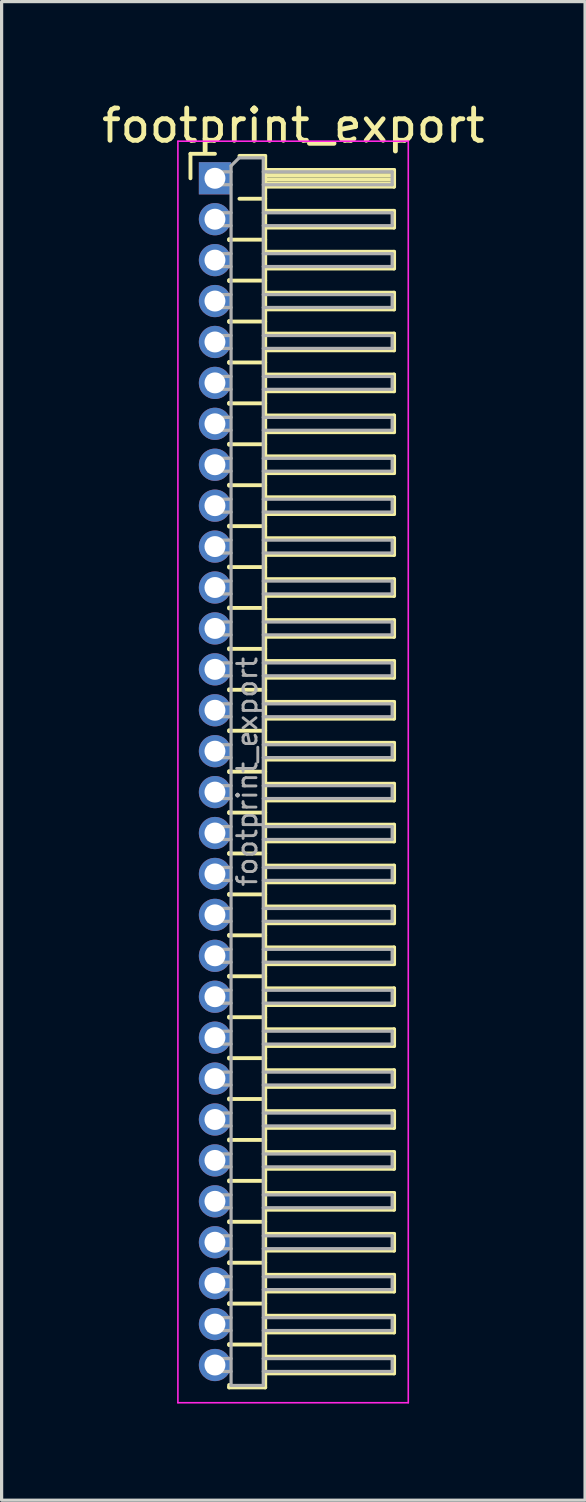
<source format=kicad_pcb>
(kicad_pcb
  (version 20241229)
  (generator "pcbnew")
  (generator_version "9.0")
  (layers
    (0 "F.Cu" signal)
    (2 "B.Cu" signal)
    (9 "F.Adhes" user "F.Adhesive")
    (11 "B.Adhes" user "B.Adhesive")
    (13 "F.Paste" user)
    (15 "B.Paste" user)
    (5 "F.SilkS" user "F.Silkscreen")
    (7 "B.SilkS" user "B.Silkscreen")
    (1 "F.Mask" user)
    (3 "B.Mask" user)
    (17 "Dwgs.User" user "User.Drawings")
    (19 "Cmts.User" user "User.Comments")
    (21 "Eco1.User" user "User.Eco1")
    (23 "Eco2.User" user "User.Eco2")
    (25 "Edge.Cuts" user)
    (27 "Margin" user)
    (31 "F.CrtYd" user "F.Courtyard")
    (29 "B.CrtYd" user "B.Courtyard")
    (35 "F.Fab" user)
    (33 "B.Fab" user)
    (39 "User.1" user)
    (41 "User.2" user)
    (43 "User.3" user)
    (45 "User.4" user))
  (footprint "footprint_export"
    (layer "F.Cu")
    (at 3.621 2.483)
    (property "Reference" "footprint_export" (at 2.433 -1.635 0) (layer "F.SilkS") (effects (font (size 1 1) (thickness 0.15))))
    (attr through_hole)
    (fp_line (start -0.76 -0.76) (end 0 -0.76) (stroke (width 0.12) (type solid)) (layer "F.SilkS"))
    (fp_line (start -0.76 0) (end -0.76 -0.76) (stroke (width 0.12) (type solid)) (layer "F.SilkS"))
    (fp_line (start 0.44 1.89) (end 0.44 1.92) (stroke (width 0.12) (type solid)) (layer "F.SilkS"))
    (fp_line (start 0.44 1.905) (end 1.56 1.905) (stroke (width 0.12) (type solid)) (layer "F.SilkS"))
    (fp_line (start 0.44 3.16) (end 0.44 3.19) (stroke (width 0.12) (type solid)) (layer "F.SilkS"))
    (fp_line (start 0.44 3.175) (end 1.56 3.175) (stroke (width 0.12) (type solid)) (layer "F.SilkS"))
    (fp_line (start 0.44 4.43) (end 0.44 4.46) (stroke (width 0.12) (type solid)) (layer "F.SilkS"))
    (fp_line (start 0.44 4.445) (end 1.56 4.445) (stroke (width 0.12) (type solid)) (layer "F.SilkS"))
    (fp_line (start 0.44 5.7) (end 0.44 5.73) (stroke (width 0.12) (type solid)) (layer "F.SilkS"))
    (fp_line (start 0.44 5.715) (end 1.56 5.715) (stroke (width 0.12) (type solid)) (layer "F.SilkS"))
    (fp_line (start 0.44 6.97) (end 0.44 7) (stroke (width 0.12) (type solid)) (layer "F.SilkS"))
    (fp_line (start 0.44 6.985) (end 1.56 6.985) (stroke (width 0.12) (type solid)) (layer "F.SilkS"))
    (fp_line (start 0.44 8.24) (end 0.44 8.27) (stroke (width 0.12) (type solid)) (layer "F.SilkS"))
    (fp_line (start 0.44 8.255) (end 1.56 8.255) (stroke (width 0.12) (type solid)) (layer "F.SilkS"))
    (fp_line (start 0.44 9.51) (end 0.44 9.54) (stroke (width 0.12) (type solid)) (layer "F.SilkS"))
    (fp_line (start 0.44 9.525) (end 1.56 9.525) (stroke (width 0.12) (type solid)) (layer "F.SilkS"))
    (fp_line (start 0.44 10.78) (end 0.44 10.81) (stroke (width 0.12) (type solid)) (layer "F.SilkS"))
    (fp_line (start 0.44 10.795) (end 1.56 10.795) (stroke (width 0.12) (type solid)) (layer "F.SilkS"))
    (fp_line (start 0.44 12.05) (end 0.44 12.08) (stroke (width 0.12) (type solid)) (layer "F.SilkS"))
    (fp_line (start 0.44 12.065) (end 1.56 12.065) (stroke (width 0.12) (type solid)) (layer "F.SilkS"))
    (fp_line (start 0.44 13.32) (end 0.44 13.35) (stroke (width 0.12) (type solid)) (layer "F.SilkS"))
    (fp_line (start 0.44 13.335) (end 1.56 13.335) (stroke (width 0.12) (type solid)) (layer "F.SilkS"))
    (fp_line (start 0.44 14.59) (end 0.44 14.62) (stroke (width 0.12) (type solid)) (layer "F.SilkS"))
    (fp_line (start 0.44 14.605) (end 1.56 14.605) (stroke (width 0.12) (type solid)) (layer "F.SilkS"))
    (fp_line (start 0.44 15.86) (end 0.44 15.89) (stroke (width 0.12) (type solid)) (layer "F.SilkS"))
    (fp_line (start 0.44 15.875) (end 1.56 15.875) (stroke (width 0.12) (type solid)) (layer "F.SilkS"))
    (fp_line (start 0.44 17.13) (end 0.44 17.16) (stroke (width 0.12) (type solid)) (layer "F.SilkS"))
    (fp_line (start 0.44 17.145) (end 1.56 17.145) (stroke (width 0.12) (type solid)) (layer "F.SilkS"))
    (fp_line (start 0.44 18.4) (end 0.44 18.43) (stroke (width 0.12) (type solid)) (layer "F.SilkS"))
    (fp_line (start 0.44 18.415) (end 1.56 18.415) (stroke (width 0.12) (type solid)) (layer "F.SilkS"))
    (fp_line (start 0.44 19.67) (end 0.44 19.7) (stroke (width 0.12) (type solid)) (layer "F.SilkS"))
    (fp_line (start 0.44 19.685) (end 1.56 19.685) (stroke (width 0.12) (type solid)) (layer "F.SilkS"))
    (fp_line (start 0.44 20.94) (end 0.44 20.97) (stroke (width 0.12) (type solid)) (layer "F.SilkS"))
    (fp_line (start 0.44 20.955) (end 1.56 20.955) (stroke (width 0.12) (type solid)) (layer "F.SilkS"))
    (fp_line (start 0.44 22.21) (end 0.44 22.24) (stroke (width 0.12) (type solid)) (layer "F.SilkS"))
    (fp_line (start 0.44 22.225) (end 1.56 22.225) (stroke (width 0.12) (type solid)) (layer "F.SilkS"))
    (fp_line (start 0.44 23.48) (end 0.44 23.51) (stroke (width 0.12) (type solid)) (layer "F.SilkS"))
    (fp_line (start 0.44 23.495) (end 1.56 23.495) (stroke (width 0.12) (type solid)) (layer "F.SilkS"))
    (fp_line (start 0.44 24.75) (end 0.44 24.78) (stroke (width 0.12) (type solid)) (layer "F.SilkS"))
    (fp_line (start 0.44 24.765) (end 1.56 24.765) (stroke (width 0.12) (type solid)) (layer "F.SilkS"))
    (fp_line (start 0.44 26.02) (end 0.44 26.05) (stroke (width 0.12) (type solid)) (layer "F.SilkS"))
    (fp_line (start 0.44 26.035) (end 1.56 26.035) (stroke (width 0.12) (type solid)) (layer "F.SilkS"))
    (fp_line (start 0.44 27.29) (end 0.44 27.32) (stroke (width 0.12) (type solid)) (layer "F.SilkS"))
    (fp_line (start 0.44 27.305) (end 1.56 27.305) (stroke (width 0.12) (type solid)) (layer "F.SilkS"))
    (fp_line (start 0.44 28.56) (end 0.44 28.59) (stroke (width 0.12) (type solid)) (layer "F.SilkS"))
    (fp_line (start 0.44 28.575) (end 1.56 28.575) (stroke (width 0.12) (type solid)) (layer "F.SilkS"))
    (fp_line (start 0.44 29.83) (end 0.44 29.86) (stroke (width 0.12) (type solid)) (layer "F.SilkS"))
    (fp_line (start 0.44 29.845) (end 1.56 29.845) (stroke (width 0.12) (type solid)) (layer "F.SilkS"))
    (fp_line (start 0.44 31.1) (end 0.44 31.13) (stroke (width 0.12) (type solid)) (layer "F.SilkS"))
    (fp_line (start 0.44 31.115) (end 1.56 31.115) (stroke (width 0.12) (type solid)) (layer "F.SilkS"))
    (fp_line (start 0.44 32.37) (end 0.44 32.4) (stroke (width 0.12) (type solid)) (layer "F.SilkS"))
    (fp_line (start 0.44 32.385) (end 1.56 32.385) (stroke (width 0.12) (type solid)) (layer "F.SilkS"))
    (fp_line (start 0.44 33.64) (end 0.44 33.67) (stroke (width 0.12) (type solid)) (layer "F.SilkS"))
    (fp_line (start 0.44 33.655) (end 1.56 33.655) (stroke (width 0.12) (type solid)) (layer "F.SilkS"))
    (fp_line (start 0.44 34.91) (end 0.44 34.94) (stroke (width 0.12) (type solid)) (layer "F.SilkS"))
    (fp_line (start 0.44 34.925) (end 1.56 34.925) (stroke (width 0.12) (type solid)) (layer "F.SilkS"))
    (fp_line (start 0.44 36.18) (end 0.44 36.21) (stroke (width 0.12) (type solid)) (layer "F.SilkS"))
    (fp_line (start 0.44 36.195) (end 1.56 36.195) (stroke (width 0.12) (type solid)) (layer "F.SilkS"))
    (fp_line (start 0.44 37.525) (end 0.44 37.45) (stroke (width 0.12) (type solid)) (layer "F.SilkS"))
    (fp_line (start 0.76 -0.695) (end 1.56 -0.695) (stroke (width 0.12) (type solid)) (layer "F.SilkS"))
    (fp_line (start 0.76 0.635) (end 1.56 0.635) (stroke (width 0.12) (type solid)) (layer "F.SilkS"))
    (fp_line (start 1.56 -0.695) (end 1.56 37.525) (stroke (width 0.12) (type solid)) (layer "F.SilkS"))
    (fp_line (start 1.56 -0.26) (end 5.56 -0.26) (stroke (width 0.12) (type solid)) (layer "F.SilkS"))
    (fp_line (start 1.56 -0.2) (end 5.56 -0.2) (stroke (width 0.12) (type solid)) (layer "F.SilkS"))
    (fp_line (start 1.56 -0.08) (end 5.56 -0.08) (stroke (width 0.12) (type solid)) (layer "F.SilkS"))
    (fp_line (start 1.56 0.04) (end 5.56 0.04) (stroke (width 0.12) (type solid)) (layer "F.SilkS"))
    (fp_line (start 1.56 0.16) (end 5.56 0.16) (stroke (width 0.12) (type solid)) (layer "F.SilkS"))
    (fp_line (start 1.56 1.01) (end 5.56 1.01) (stroke (width 0.12) (type solid)) (layer "F.SilkS"))
    (fp_line (start 1.56 2.28) (end 5.56 2.28) (stroke (width 0.12) (type solid)) (layer "F.SilkS"))
    (fp_line (start 1.56 3.55) (end 5.56 3.55) (stroke (width 0.12) (type solid)) (layer "F.SilkS"))
    (fp_line (start 1.56 4.82) (end 5.56 4.82) (stroke (width 0.12) (type solid)) (layer "F.SilkS"))
    (fp_line (start 1.56 6.09) (end 5.56 6.09) (stroke (width 0.12) (type solid)) (layer "F.SilkS"))
    (fp_line (start 1.56 7.36) (end 5.56 7.36) (stroke (width 0.12) (type solid)) (layer "F.SilkS"))
    (fp_line (start 1.56 8.63) (end 5.56 8.63) (stroke (width 0.12) (type solid)) (layer "F.SilkS"))
    (fp_line (start 1.56 9.9) (end 5.56 9.9) (stroke (width 0.12) (type solid)) (layer "F.SilkS"))
    (fp_line (start 1.56 11.17) (end 5.56 11.17) (stroke (width 0.12) (type solid)) (layer "F.SilkS"))
    (fp_line (start 1.56 12.44) (end 5.56 12.44) (stroke (width 0.12) (type solid)) (layer "F.SilkS"))
    (fp_line (start 1.56 13.71) (end 5.56 13.71) (stroke (width 0.12) (type solid)) (layer "F.SilkS"))
    (fp_line (start 1.56 14.98) (end 5.56 14.98) (stroke (width 0.12) (type solid)) (layer "F.SilkS"))
    (fp_line (start 1.56 16.25) (end 5.56 16.25) (stroke (width 0.12) (type solid)) (layer "F.SilkS"))
    (fp_line (start 1.56 17.52) (end 5.56 17.52) (stroke (width 0.12) (type solid)) (layer "F.SilkS"))
    (fp_line (start 1.56 18.79) (end 5.56 18.79) (stroke (width 0.12) (type solid)) (layer "F.SilkS"))
    (fp_line (start 1.56 20.06) (end 5.56 20.06) (stroke (width 0.12) (type solid)) (layer "F.SilkS"))
    (fp_line (start 1.56 21.33) (end 5.56 21.33) (stroke (width 0.12) (type solid)) (layer "F.SilkS"))
    (fp_line (start 1.56 22.6) (end 5.56 22.6) (stroke (width 0.12) (type solid)) (layer "F.SilkS"))
    (fp_line (start 1.56 23.87) (end 5.56 23.87) (stroke (width 0.12) (type solid)) (layer "F.SilkS"))
    (fp_line (start 1.56 25.14) (end 5.56 25.14) (stroke (width 0.12) (type solid)) (layer "F.SilkS"))
    (fp_line (start 1.56 26.41) (end 5.56 26.41) (stroke (width 0.12) (type solid)) (layer "F.SilkS"))
    (fp_line (start 1.56 27.68) (end 5.56 27.68) (stroke (width 0.12) (type solid)) (layer "F.SilkS"))
    (fp_line (start 1.56 28.95) (end 5.56 28.95) (stroke (width 0.12) (type solid)) (layer "F.SilkS"))
    (fp_line (start 1.56 30.22) (end 5.56 30.22) (stroke (width 0.12) (type solid)) (layer "F.SilkS"))
    (fp_line (start 1.56 31.49) (end 5.56 31.49) (stroke (width 0.12) (type solid)) (layer "F.SilkS"))
    (fp_line (start 1.56 32.76) (end 5.56 32.76) (stroke (width 0.12) (type solid)) (layer "F.SilkS"))
    (fp_line (start 1.56 34.03) (end 5.56 34.03) (stroke (width 0.12) (type solid)) (layer "F.SilkS"))
    (fp_line (start 1.56 35.3) (end 5.56 35.3) (stroke (width 0.12) (type solid)) (layer "F.SilkS"))
    (fp_line (start 1.56 36.57) (end 5.56 36.57) (stroke (width 0.12) (type solid)) (layer "F.SilkS"))
    (fp_line (start 1.56 37.525) (end 0.44 37.525) (stroke (width 0.12) (type solid)) (layer "F.SilkS"))
    (fp_line (start 5.56 -0.26) (end 5.56 0.26) (stroke (width 0.12) (type solid)) (layer "F.SilkS"))
    (fp_line (start 5.56 0.26) (end 1.56 0.26) (stroke (width 0.12) (type solid)) (layer "F.SilkS"))
    (fp_line (start 5.56 1.01) (end 5.56 1.53) (stroke (width 0.12) (type solid)) (layer "F.SilkS"))
    (fp_line (start 5.56 1.53) (end 1.56 1.53) (stroke (width 0.12) (type solid)) (layer "F.SilkS"))
    (fp_line (start 5.56 2.28) (end 5.56 2.8) (stroke (width 0.12) (type solid)) (layer "F.SilkS"))
    (fp_line (start 5.56 2.8) (end 1.56 2.8) (stroke (width 0.12) (type solid)) (layer "F.SilkS"))
    (fp_line (start 5.56 3.55) (end 5.56 4.07) (stroke (width 0.12) (type solid)) (layer "F.SilkS"))
    (fp_line (start 5.56 4.07) (end 1.56 4.07) (stroke (width 0.12) (type solid)) (layer "F.SilkS"))
    (fp_line (start 5.56 4.82) (end 5.56 5.34) (stroke (width 0.12) (type solid)) (layer "F.SilkS"))
    (fp_line (start 5.56 5.34) (end 1.56 5.34) (stroke (width 0.12) (type solid)) (layer "F.SilkS"))
    (fp_line (start 5.56 6.09) (end 5.56 6.61) (stroke (width 0.12) (type solid)) (layer "F.SilkS"))
    (fp_line (start 5.56 6.61) (end 1.56 6.61) (stroke (width 0.12) (type solid)) (layer "F.SilkS"))
    (fp_line (start 5.56 7.36) (end 5.56 7.88) (stroke (width 0.12) (type solid)) (layer "F.SilkS"))
    (fp_line (start 5.56 7.88) (end 1.56 7.88) (stroke (width 0.12) (type solid)) (layer "F.SilkS"))
    (fp_line (start 5.56 8.63) (end 5.56 9.15) (stroke (width 0.12) (type solid)) (layer "F.SilkS"))
    (fp_line (start 5.56 9.15) (end 1.56 9.15) (stroke (width 0.12) (type solid)) (layer "F.SilkS"))
    (fp_line (start 5.56 9.9) (end 5.56 10.42) (stroke (width 0.12) (type solid)) (layer "F.SilkS"))
    (fp_line (start 5.56 10.42) (end 1.56 10.42) (stroke (width 0.12) (type solid)) (layer "F.SilkS"))
    (fp_line (start 5.56 11.17) (end 5.56 11.69) (stroke (width 0.12) (type solid)) (layer "F.SilkS"))
    (fp_line (start 5.56 11.69) (end 1.56 11.69) (stroke (width 0.12) (type solid)) (layer "F.SilkS"))
    (fp_line (start 5.56 12.44) (end 5.56 12.96) (stroke (width 0.12) (type solid)) (layer "F.SilkS"))
    (fp_line (start 5.56 12.96) (end 1.56 12.96) (stroke (width 0.12) (type solid)) (layer "F.SilkS"))
    (fp_line (start 5.56 13.71) (end 5.56 14.23) (stroke (width 0.12) (type solid)) (layer "F.SilkS"))
    (fp_line (start 5.56 14.23) (end 1.56 14.23) (stroke (width 0.12) (type solid)) (layer "F.SilkS"))
    (fp_line (start 5.56 14.98) (end 5.56 15.5) (stroke (width 0.12) (type solid)) (layer "F.SilkS"))
    (fp_line (start 5.56 15.5) (end 1.56 15.5) (stroke (width 0.12) (type solid)) (layer "F.SilkS"))
    (fp_line (start 5.56 16.25) (end 5.56 16.77) (stroke (width 0.12) (type solid)) (layer "F.SilkS"))
    (fp_line (start 5.56 16.77) (end 1.56 16.77) (stroke (width 0.12) (type solid)) (layer "F.SilkS"))
    (fp_line (start 5.56 17.52) (end 5.56 18.04) (stroke (width 0.12) (type solid)) (layer "F.SilkS"))
    (fp_line (start 5.56 18.04) (end 1.56 18.04) (stroke (width 0.12) (type solid)) (layer "F.SilkS"))
    (fp_line (start 5.56 18.79) (end 5.56 19.31) (stroke (width 0.12) (type solid)) (layer "F.SilkS"))
    (fp_line (start 5.56 19.31) (end 1.56 19.31) (stroke (width 0.12) (type solid)) (layer "F.SilkS"))
    (fp_line (start 5.56 20.06) (end 5.56 20.58) (stroke (width 0.12) (type solid)) (layer "F.SilkS"))
    (fp_line (start 5.56 20.58) (end 1.56 20.58) (stroke (width 0.12) (type solid)) (layer "F.SilkS"))
    (fp_line (start 5.56 21.33) (end 5.56 21.85) (stroke (width 0.12) (type solid)) (layer "F.SilkS"))
    (fp_line (start 5.56 21.85) (end 1.56 21.85) (stroke (width 0.12) (type solid)) (layer "F.SilkS"))
    (fp_line (start 5.56 22.6) (end 5.56 23.12) (stroke (width 0.12) (type solid)) (layer "F.SilkS"))
    (fp_line (start 5.56 23.12) (end 1.56 23.12) (stroke (width 0.12) (type solid)) (layer "F.SilkS"))
    (fp_line (start 5.56 23.87) (end 5.56 24.39) (stroke (width 0.12) (type solid)) (layer "F.SilkS"))
    (fp_line (start 5.56 24.39) (end 1.56 24.39) (stroke (width 0.12) (type solid)) (layer "F.SilkS"))
    (fp_line (start 5.56 25.14) (end 5.56 25.66) (stroke (width 0.12) (type solid)) (layer "F.SilkS"))
    (fp_line (start 5.56 25.66) (end 1.56 25.66) (stroke (width 0.12) (type solid)) (layer "F.SilkS"))
    (fp_line (start 5.56 26.41) (end 5.56 26.93) (stroke (width 0.12) (type solid)) (layer "F.SilkS"))
    (fp_line (start 5.56 26.93) (end 1.56 26.93) (stroke (width 0.12) (type solid)) (layer "F.SilkS"))
    (fp_line (start 5.56 27.68) (end 5.56 28.2) (stroke (width 0.12) (type solid)) (layer "F.SilkS"))
    (fp_line (start 5.56 28.2) (end 1.56 28.2) (stroke (width 0.12) (type solid)) (layer "F.SilkS"))
    (fp_line (start 5.56 28.95) (end 5.56 29.47) (stroke (width 0.12) (type solid)) (layer "F.SilkS"))
    (fp_line (start 5.56 29.47) (end 1.56 29.47) (stroke (width 0.12) (type solid)) (layer "F.SilkS"))
    (fp_line (start 5.56 30.22) (end 5.56 30.74) (stroke (width 0.12) (type solid)) (layer "F.SilkS"))
    (fp_line (start 5.56 30.74) (end 1.56 30.74) (stroke (width 0.12) (type solid)) (layer "F.SilkS"))
    (fp_line (start 5.56 31.49) (end 5.56 32.01) (stroke (width 0.12) (type solid)) (layer "F.SilkS"))
    (fp_line (start 5.56 32.01) (end 1.56 32.01) (stroke (width 0.12) (type solid)) (layer "F.SilkS"))
    (fp_line (start 5.56 32.76) (end 5.56 33.28) (stroke (width 0.12) (type solid)) (layer "F.SilkS"))
    (fp_line (start 5.56 33.28) (end 1.56 33.28) (stroke (width 0.12) (type solid)) (layer "F.SilkS"))
    (fp_line (start 5.56 34.03) (end 5.56 34.55) (stroke (width 0.12) (type solid)) (layer "F.SilkS"))
    (fp_line (start 5.56 34.55) (end 1.56 34.55) (stroke (width 0.12) (type solid)) (layer "F.SilkS"))
    (fp_line (start 5.56 35.3) (end 5.56 35.82) (stroke (width 0.12) (type solid)) (layer "F.SilkS"))
    (fp_line (start 5.56 35.82) (end 1.56 35.82) (stroke (width 0.12) (type solid)) (layer "F.SilkS"))
    (fp_line (start 5.56 36.57) (end 5.56 37.09) (stroke (width 0.12) (type solid)) (layer "F.SilkS"))
    (fp_line (start 5.56 37.09) (end 1.56 37.09) (stroke (width 0.12) (type solid)) (layer "F.SilkS"))
    (fp_line (start -1.15 -1.15) (end -1.15 38) (stroke (width 0.05) (type solid)) (layer "F.CrtYd"))
    (fp_line (start -1.15 38) (end 6 38) (stroke (width 0.05) (type solid)) (layer "F.CrtYd"))
    (fp_line (start 6 -1.15) (end -1.15 -1.15) (stroke (width 0.05) (type solid)) (layer "F.CrtYd"))
    (fp_line (start 6 38) (end 6 -1.15) (stroke (width 0.05) (type solid)) (layer "F.CrtYd"))
    (fp_line (start -0.2 -0.2) (end -0.2 0.2) (stroke (width 0.1) (type solid)) (layer "F.Fab"))
    (fp_line (start -0.2 -0.2) (end 0.5 -0.2) (stroke (width 0.1) (type solid)) (layer "F.Fab"))
    (fp_line (start -0.2 0.2) (end 0.5 0.2) (stroke (width 0.1) (type solid)) (layer "F.Fab"))
    (fp_line (start -0.2 1.07) (end -0.2 1.47) (stroke (width 0.1) (type solid)) (layer "F.Fab"))
    (fp_line (start -0.2 1.07) (end 0.5 1.07) (stroke (width 0.1) (type solid)) (layer "F.Fab"))
    (fp_line (start -0.2 1.47) (end 0.5 1.47) (stroke (width 0.1) (type solid)) (layer "F.Fab"))
    (fp_line (start -0.2 2.34) (end -0.2 2.74) (stroke (width 0.1) (type solid)) (layer "F.Fab"))
    (fp_line (start -0.2 2.34) (end 0.5 2.34) (stroke (width 0.1) (type solid)) (layer "F.Fab"))
    (fp_line (start -0.2 2.74) (end 0.5 2.74) (stroke (width 0.1) (type solid)) (layer "F.Fab"))
    (fp_line (start -0.2 3.61) (end -0.2 4.01) (stroke (width 0.1) (type solid)) (layer "F.Fab"))
    (fp_line (start -0.2 3.61) (end 0.5 3.61) (stroke (width 0.1) (type solid)) (layer "F.Fab"))
    (fp_line (start -0.2 4.01) (end 0.5 4.01) (stroke (width 0.1) (type solid)) (layer "F.Fab"))
    (fp_line (start -0.2 4.88) (end -0.2 5.28) (stroke (width 0.1) (type solid)) (layer "F.Fab"))
    (fp_line (start -0.2 4.88) (end 0.5 4.88) (stroke (width 0.1) (type solid)) (layer "F.Fab"))
    (fp_line (start -0.2 5.28) (end 0.5 5.28) (stroke (width 0.1) (type solid)) (layer "F.Fab"))
    (fp_line (start -0.2 6.15) (end -0.2 6.55) (stroke (width 0.1) (type solid)) (layer "F.Fab"))
    (fp_line (start -0.2 6.15) (end 0.5 6.15) (stroke (width 0.1) (type solid)) (layer "F.Fab"))
    (fp_line (start -0.2 6.55) (end 0.5 6.55) (stroke (width 0.1) (type solid)) (layer "F.Fab"))
    (fp_line (start -0.2 7.42) (end -0.2 7.82) (stroke (width 0.1) (type solid)) (layer "F.Fab"))
    (fp_line (start -0.2 7.42) (end 0.5 7.42) (stroke (width 0.1) (type solid)) (layer "F.Fab"))
    (fp_line (start -0.2 7.82) (end 0.5 7.82) (stroke (width 0.1) (type solid)) (layer "F.Fab"))
    (fp_line (start -0.2 8.69) (end -0.2 9.09) (stroke (width 0.1) (type solid)) (layer "F.Fab"))
    (fp_line (start -0.2 8.69) (end 0.5 8.69) (stroke (width 0.1) (type solid)) (layer "F.Fab"))
    (fp_line (start -0.2 9.09) (end 0.5 9.09) (stroke (width 0.1) (type solid)) (layer "F.Fab"))
    (fp_line (start -0.2 9.96) (end -0.2 10.36) (stroke (width 0.1) (type solid)) (layer "F.Fab"))
    (fp_line (start -0.2 9.96) (end 0.5 9.96) (stroke (width 0.1) (type solid)) (layer "F.Fab"))
    (fp_line (start -0.2 10.36) (end 0.5 10.36) (stroke (width 0.1) (type solid)) (layer "F.Fab"))
    (fp_line (start -0.2 11.23) (end -0.2 11.63) (stroke (width 0.1) (type solid)) (layer "F.Fab"))
    (fp_line (start -0.2 11.23) (end 0.5 11.23) (stroke (width 0.1) (type solid)) (layer "F.Fab"))
    (fp_line (start -0.2 11.63) (end 0.5 11.63) (stroke (width 0.1) (type solid)) (layer "F.Fab"))
    (fp_line (start -0.2 12.5) (end -0.2 12.9) (stroke (width 0.1) (type solid)) (layer "F.Fab"))
    (fp_line (start -0.2 12.5) (end 0.5 12.5) (stroke (width 0.1) (type solid)) (layer "F.Fab"))
    (fp_line (start -0.2 12.9) (end 0.5 12.9) (stroke (width 0.1) (type solid)) (layer "F.Fab"))
    (fp_line (start -0.2 13.77) (end -0.2 14.17) (stroke (width 0.1) (type solid)) (layer "F.Fab"))
    (fp_line (start -0.2 13.77) (end 0.5 13.77) (stroke (width 0.1) (type solid)) (layer "F.Fab"))
    (fp_line (start -0.2 14.17) (end 0.5 14.17) (stroke (width 0.1) (type solid)) (layer "F.Fab"))
    (fp_line (start -0.2 15.04) (end -0.2 15.44) (stroke (width 0.1) (type solid)) (layer "F.Fab"))
    (fp_line (start -0.2 15.04) (end 0.5 15.04) (stroke (width 0.1) (type solid)) (layer "F.Fab"))
    (fp_line (start -0.2 15.44) (end 0.5 15.44) (stroke (width 0.1) (type solid)) (layer "F.Fab"))
    (fp_line (start -0.2 16.31) (end -0.2 16.71) (stroke (width 0.1) (type solid)) (layer "F.Fab"))
    (fp_line (start -0.2 16.31) (end 0.5 16.31) (stroke (width 0.1) (type solid)) (layer "F.Fab"))
    (fp_line (start -0.2 16.71) (end 0.5 16.71) (stroke (width 0.1) (type solid)) (layer "F.Fab"))
    (fp_line (start -0.2 17.58) (end -0.2 17.98) (stroke (width 0.1) (type solid)) (layer "F.Fab"))
    (fp_line (start -0.2 17.58) (end 0.5 17.58) (stroke (width 0.1) (type solid)) (layer "F.Fab"))
    (fp_line (start -0.2 17.98) (end 0.5 17.98) (stroke (width 0.1) (type solid)) (layer "F.Fab"))
    (fp_line (start -0.2 18.85) (end -0.2 19.25) (stroke (width 0.1) (type solid)) (layer "F.Fab"))
    (fp_line (start -0.2 18.85) (end 0.5 18.85) (stroke (width 0.1) (type solid)) (layer "F.Fab"))
    (fp_line (start -0.2 19.25) (end 0.5 19.25) (stroke (width 0.1) (type solid)) (layer "F.Fab"))
    (fp_line (start -0.2 20.12) (end -0.2 20.52) (stroke (width 0.1) (type solid)) (layer "F.Fab"))
    (fp_line (start -0.2 20.12) (end 0.5 20.12) (stroke (width 0.1) (type solid)) (layer "F.Fab"))
    (fp_line (start -0.2 20.52) (end 0.5 20.52) (stroke (width 0.1) (type solid)) (layer "F.Fab"))
    (fp_line (start -0.2 21.39) (end -0.2 21.79) (stroke (width 0.1) (type solid)) (layer "F.Fab"))
    (fp_line (start -0.2 21.39) (end 0.5 21.39) (stroke (width 0.1) (type solid)) (layer "F.Fab"))
    (fp_line (start -0.2 21.79) (end 0.5 21.79) (stroke (width 0.1) (type solid)) (layer "F.Fab"))
    (fp_line (start -0.2 22.66) (end -0.2 23.06) (stroke (width 0.1) (type solid)) (layer "F.Fab"))
    (fp_line (start -0.2 22.66) (end 0.5 22.66) (stroke (width 0.1) (type solid)) (layer "F.Fab"))
    (fp_line (start -0.2 23.06) (end 0.5 23.06) (stroke (width 0.1) (type solid)) (layer "F.Fab"))
    (fp_line (start -0.2 23.93) (end -0.2 24.33) (stroke (width 0.1) (type solid)) (layer "F.Fab"))
    (fp_line (start -0.2 23.93) (end 0.5 23.93) (stroke (width 0.1) (type solid)) (layer "F.Fab"))
    (fp_line (start -0.2 24.33) (end 0.5 24.33) (stroke (width 0.1) (type solid)) (layer "F.Fab"))
    (fp_line (start -0.2 25.2) (end -0.2 25.6) (stroke (width 0.1) (type solid)) (layer "F.Fab"))
    (fp_line (start -0.2 25.2) (end 0.5 25.2) (stroke (width 0.1) (type solid)) (layer "F.Fab"))
    (fp_line (start -0.2 25.6) (end 0.5 25.6) (stroke (width 0.1) (type solid)) (layer "F.Fab"))
    (fp_line (start -0.2 26.47) (end -0.2 26.87) (stroke (width 0.1) (type solid)) (layer "F.Fab"))
    (fp_line (start -0.2 26.47) (end 0.5 26.47) (stroke (width 0.1) (type solid)) (layer "F.Fab"))
    (fp_line (start -0.2 26.87) (end 0.5 26.87) (stroke (width 0.1) (type solid)) (layer "F.Fab"))
    (fp_line (start -0.2 27.74) (end -0.2 28.14) (stroke (width 0.1) (type solid)) (layer "F.Fab"))
    (fp_line (start -0.2 27.74) (end 0.5 27.74) (stroke (width 0.1) (type solid)) (layer "F.Fab"))
    (fp_line (start -0.2 28.14) (end 0.5 28.14) (stroke (width 0.1) (type solid)) (layer "F.Fab"))
    (fp_line (start -0.2 29.01) (end -0.2 29.41) (stroke (width 0.1) (type solid)) (layer "F.Fab"))
    (fp_line (start -0.2 29.01) (end 0.5 29.01) (stroke (width 0.1) (type solid)) (layer "F.Fab"))
    (fp_line (start -0.2 29.41) (end 0.5 29.41) (stroke (width 0.1) (type solid)) (layer "F.Fab"))
    (fp_line (start -0.2 30.28) (end -0.2 30.68) (stroke (width 0.1) (type solid)) (layer "F.Fab"))
    (fp_line (start -0.2 30.28) (end 0.5 30.28) (stroke (width 0.1) (type solid)) (layer "F.Fab"))
    (fp_line (start -0.2 30.68) (end 0.5 30.68) (stroke (width 0.1) (type solid)) (layer "F.Fab"))
    (fp_line (start -0.2 31.55) (end -0.2 31.95) (stroke (width 0.1) (type solid)) (layer "F.Fab"))
    (fp_line (start -0.2 31.55) (end 0.5 31.55) (stroke (width 0.1) (type solid)) (layer "F.Fab"))
    (fp_line (start -0.2 31.95) (end 0.5 31.95) (stroke (width 0.1) (type solid)) (layer "F.Fab"))
    (fp_line (start -0.2 32.82) (end -0.2 33.22) (stroke (width 0.1) (type solid)) (layer "F.Fab"))
    (fp_line (start -0.2 32.82) (end 0.5 32.82) (stroke (width 0.1) (type solid)) (layer "F.Fab"))
    (fp_line (start -0.2 33.22) (end 0.5 33.22) (stroke (width 0.1) (type solid)) (layer "F.Fab"))
    (fp_line (start -0.2 34.09) (end -0.2 34.49) (stroke (width 0.1) (type solid)) (layer "F.Fab"))
    (fp_line (start -0.2 34.09) (end 0.5 34.09) (stroke (width 0.1) (type solid)) (layer "F.Fab"))
    (fp_line (start -0.2 34.49) (end 0.5 34.49) (stroke (width 0.1) (type solid)) (layer "F.Fab"))
    (fp_line (start -0.2 35.36) (end -0.2 35.76) (stroke (width 0.1) (type solid)) (layer "F.Fab"))
    (fp_line (start -0.2 35.36) (end 0.5 35.36) (stroke (width 0.1) (type solid)) (layer "F.Fab"))
    (fp_line (start -0.2 35.76) (end 0.5 35.76) (stroke (width 0.1) (type solid)) (layer "F.Fab"))
    (fp_line (start -0.2 36.63) (end -0.2 37.03) (stroke (width 0.1) (type solid)) (layer "F.Fab"))
    (fp_line (start -0.2 36.63) (end 0.5 36.63) (stroke (width 0.1) (type solid)) (layer "F.Fab"))
    (fp_line (start -0.2 37.03) (end 0.5 37.03) (stroke (width 0.1) (type solid)) (layer "F.Fab"))
    (fp_line (start 0.5 -0.385) (end 0.75 -0.635) (stroke (width 0.1) (type solid)) (layer "F.Fab"))
    (fp_line (start 0.5 37.465) (end 0.5 -0.385) (stroke (width 0.1) (type solid)) (layer "F.Fab"))
    (fp_line (start 0.75 -0.635) (end 1.5 -0.635) (stroke (width 0.1) (type solid)) (layer "F.Fab"))
    (fp_line (start 1.5 -0.635) (end 1.5 37.465) (stroke (width 0.1) (type solid)) (layer "F.Fab"))
    (fp_line (start 1.5 -0.2) (end 5.5 -0.2) (stroke (width 0.1) (type solid)) (layer "F.Fab"))
    (fp_line (start 1.5 0.2) (end 5.5 0.2) (stroke (width 0.1) (type solid)) (layer "F.Fab"))
    (fp_line (start 1.5 1.07) (end 5.5 1.07) (stroke (width 0.1) (type solid)) (layer "F.Fab"))
    (fp_line (start 1.5 1.47) (end 5.5 1.47) (stroke (width 0.1) (type solid)) (layer "F.Fab"))
    (fp_line (start 1.5 2.34) (end 5.5 2.34) (stroke (width 0.1) (type solid)) (layer "F.Fab"))
    (fp_line (start 1.5 2.74) (end 5.5 2.74) (stroke (width 0.1) (type solid)) (layer "F.Fab"))
    (fp_line (start 1.5 3.61) (end 5.5 3.61) (stroke (width 0.1) (type solid)) (layer "F.Fab"))
    (fp_line (start 1.5 4.01) (end 5.5 4.01) (stroke (width 0.1) (type solid)) (layer "F.Fab"))
    (fp_line (start 1.5 4.88) (end 5.5 4.88) (stroke (width 0.1) (type solid)) (layer "F.Fab"))
    (fp_line (start 1.5 5.28) (end 5.5 5.28) (stroke (width 0.1) (type solid)) (layer "F.Fab"))
    (fp_line (start 1.5 6.15) (end 5.5 6.15) (stroke (width 0.1) (type solid)) (layer "F.Fab"))
    (fp_line (start 1.5 6.55) (end 5.5 6.55) (stroke (width 0.1) (type solid)) (layer "F.Fab"))
    (fp_line (start 1.5 7.42) (end 5.5 7.42) (stroke (width 0.1) (type solid)) (layer "F.Fab"))
    (fp_line (start 1.5 7.82) (end 5.5 7.82) (stroke (width 0.1) (type solid)) (layer "F.Fab"))
    (fp_line (start 1.5 8.69) (end 5.5 8.69) (stroke (width 0.1) (type solid)) (layer "F.Fab"))
    (fp_line (start 1.5 9.09) (end 5.5 9.09) (stroke (width 0.1) (type solid)) (layer "F.Fab"))
    (fp_line (start 1.5 9.96) (end 5.5 9.96) (stroke (width 0.1) (type solid)) (layer "F.Fab"))
    (fp_line (start 1.5 10.36) (end 5.5 10.36) (stroke (width 0.1) (type solid)) (layer "F.Fab"))
    (fp_line (start 1.5 11.23) (end 5.5 11.23) (stroke (width 0.1) (type solid)) (layer "F.Fab"))
    (fp_line (start 1.5 11.63) (end 5.5 11.63) (stroke (width 0.1) (type solid)) (layer "F.Fab"))
    (fp_line (start 1.5 12.5) (end 5.5 12.5) (stroke (width 0.1) (type solid)) (layer "F.Fab"))
    (fp_line (start 1.5 12.9) (end 5.5 12.9) (stroke (width 0.1) (type solid)) (layer "F.Fab"))
    (fp_line (start 1.5 13.77) (end 5.5 13.77) (stroke (width 0.1) (type solid)) (layer "F.Fab"))
    (fp_line (start 1.5 14.17) (end 5.5 14.17) (stroke (width 0.1) (type solid)) (layer "F.Fab"))
    (fp_line (start 1.5 15.04) (end 5.5 15.04) (stroke (width 0.1) (type solid)) (layer "F.Fab"))
    (fp_line (start 1.5 15.44) (end 5.5 15.44) (stroke (width 0.1) (type solid)) (layer "F.Fab"))
    (fp_line (start 1.5 16.31) (end 5.5 16.31) (stroke (width 0.1) (type solid)) (layer "F.Fab"))
    (fp_line (start 1.5 16.71) (end 5.5 16.71) (stroke (width 0.1) (type solid)) (layer "F.Fab"))
    (fp_line (start 1.5 17.58) (end 5.5 17.58) (stroke (width 0.1) (type solid)) (layer "F.Fab"))
    (fp_line (start 1.5 17.98) (end 5.5 17.98) (stroke (width 0.1) (type solid)) (layer "F.Fab"))
    (fp_line (start 1.5 18.85) (end 5.5 18.85) (stroke (width 0.1) (type solid)) (layer "F.Fab"))
    (fp_line (start 1.5 19.25) (end 5.5 19.25) (stroke (width 0.1) (type solid)) (layer "F.Fab"))
    (fp_line (start 1.5 20.12) (end 5.5 20.12) (stroke (width 0.1) (type solid)) (layer "F.Fab"))
    (fp_line (start 1.5 20.52) (end 5.5 20.52) (stroke (width 0.1) (type solid)) (layer "F.Fab"))
    (fp_line (start 1.5 21.39) (end 5.5 21.39) (stroke (width 0.1) (type solid)) (layer "F.Fab"))
    (fp_line (start 1.5 21.79) (end 5.5 21.79) (stroke (width 0.1) (type solid)) (layer "F.Fab"))
    (fp_line (start 1.5 22.66) (end 5.5 22.66) (stroke (width 0.1) (type solid)) (layer "F.Fab"))
    (fp_line (start 1.5 23.06) (end 5.5 23.06) (stroke (width 0.1) (type solid)) (layer "F.Fab"))
    (fp_line (start 1.5 23.93) (end 5.5 23.93) (stroke (width 0.1) (type solid)) (layer "F.Fab"))
    (fp_line (start 1.5 24.33) (end 5.5 24.33) (stroke (width 0.1) (type solid)) (layer "F.Fab"))
    (fp_line (start 1.5 25.2) (end 5.5 25.2) (stroke (width 0.1) (type solid)) (layer "F.Fab"))
    (fp_line (start 1.5 25.6) (end 5.5 25.6) (stroke (width 0.1) (type solid)) (layer "F.Fab"))
    (fp_line (start 1.5 26.47) (end 5.5 26.47) (stroke (width 0.1) (type solid)) (layer "F.Fab"))
    (fp_line (start 1.5 26.87) (end 5.5 26.87) (stroke (width 0.1) (type solid)) (layer "F.Fab"))
    (fp_line (start 1.5 27.74) (end 5.5 27.74) (stroke (width 0.1) (type solid)) (layer "F.Fab"))
    (fp_line (start 1.5 28.14) (end 5.5 28.14) (stroke (width 0.1) (type solid)) (layer "F.Fab"))
    (fp_line (start 1.5 29.01) (end 5.5 29.01) (stroke (width 0.1) (type solid)) (layer "F.Fab"))
    (fp_line (start 1.5 29.41) (end 5.5 29.41) (stroke (width 0.1) (type solid)) (layer "F.Fab"))
    (fp_line (start 1.5 30.28) (end 5.5 30.28) (stroke (width 0.1) (type solid)) (layer "F.Fab"))
    (fp_line (start 1.5 30.68) (end 5.5 30.68) (stroke (width 0.1) (type solid)) (layer "F.Fab"))
    (fp_line (start 1.5 31.55) (end 5.5 31.55) (stroke (width 0.1) (type solid)) (layer "F.Fab"))
    (fp_line (start 1.5 31.95) (end 5.5 31.95) (stroke (width 0.1) (type solid)) (layer "F.Fab"))
    (fp_line (start 1.5 32.82) (end 5.5 32.82) (stroke (width 0.1) (type solid)) (layer "F.Fab"))
    (fp_line (start 1.5 33.22) (end 5.5 33.22) (stroke (width 0.1) (type solid)) (layer "F.Fab"))
    (fp_line (start 1.5 34.09) (end 5.5 34.09) (stroke (width 0.1) (type solid)) (layer "F.Fab"))
    (fp_line (start 1.5 34.49) (end 5.5 34.49) (stroke (width 0.1) (type solid)) (layer "F.Fab"))
    (fp_line (start 1.5 35.36) (end 5.5 35.36) (stroke (width 0.1) (type solid)) (layer "F.Fab"))
    (fp_line (start 1.5 35.76) (end 5.5 35.76) (stroke (width 0.1) (type solid)) (layer "F.Fab"))
    (fp_line (start 1.5 36.63) (end 5.5 36.63) (stroke (width 0.1) (type solid)) (layer "F.Fab"))
    (fp_line (start 1.5 37.03) (end 5.5 37.03) (stroke (width 0.1) (type solid)) (layer "F.Fab"))
    (fp_line (start 1.5 37.465) (end 0.5 37.465) (stroke (width 0.1) (type solid)) (layer "F.Fab"))
    (fp_line (start 5.5 -0.2) (end 5.5 0.2) (stroke (width 0.1) (type solid)) (layer "F.Fab"))
    (fp_line (start 5.5 1.07) (end 5.5 1.47) (stroke (width 0.1) (type solid)) (layer "F.Fab"))
    (fp_line (start 5.5 2.34) (end 5.5 2.74) (stroke (width 0.1) (type solid)) (layer "F.Fab"))
    (fp_line (start 5.5 3.61) (end 5.5 4.01) (stroke (width 0.1) (type solid)) (layer "F.Fab"))
    (fp_line (start 5.5 4.88) (end 5.5 5.28) (stroke (width 0.1) (type solid)) (layer "F.Fab"))
    (fp_line (start 5.5 6.15) (end 5.5 6.55) (stroke (width 0.1) (type solid)) (layer "F.Fab"))
    (fp_line (start 5.5 7.42) (end 5.5 7.82) (stroke (width 0.1) (type solid)) (layer "F.Fab"))
    (fp_line (start 5.5 8.69) (end 5.5 9.09) (stroke (width 0.1) (type solid)) (layer "F.Fab"))
    (fp_line (start 5.5 9.96) (end 5.5 10.36) (stroke (width 0.1) (type solid)) (layer "F.Fab"))
    (fp_line (start 5.5 11.23) (end 5.5 11.63) (stroke (width 0.1) (type solid)) (layer "F.Fab"))
    (fp_line (start 5.5 12.5) (end 5.5 12.9) (stroke (width 0.1) (type solid)) (layer "F.Fab"))
    (fp_line (start 5.5 13.77) (end 5.5 14.17) (stroke (width 0.1) (type solid)) (layer "F.Fab"))
    (fp_line (start 5.5 15.04) (end 5.5 15.44) (stroke (width 0.1) (type solid)) (layer "F.Fab"))
    (fp_line (start 5.5 16.31) (end 5.5 16.71) (stroke (width 0.1) (type solid)) (layer "F.Fab"))
    (fp_line (start 5.5 17.58) (end 5.5 17.98) (stroke (width 0.1) (type solid)) (layer "F.Fab"))
    (fp_line (start 5.5 18.85) (end 5.5 19.25) (stroke (width 0.1) (type solid)) (layer "F.Fab"))
    (fp_line (start 5.5 20.12) (end 5.5 20.52) (stroke (width 0.1) (type solid)) (layer "F.Fab"))
    (fp_line (start 5.5 21.39) (end 5.5 21.79) (stroke (width 0.1) (type solid)) (layer "F.Fab"))
    (fp_line (start 5.5 22.66) (end 5.5 23.06) (stroke (width 0.1) (type solid)) (layer "F.Fab"))
    (fp_line (start 5.5 23.93) (end 5.5 24.33) (stroke (width 0.1) (type solid)) (layer "F.Fab"))
    (fp_line (start 5.5 25.2) (end 5.5 25.6) (stroke (width 0.1) (type solid)) (layer "F.Fab"))
    (fp_line (start 5.5 26.47) (end 5.5 26.87) (stroke (width 0.1) (type solid)) (layer "F.Fab"))
    (fp_line (start 5.5 27.74) (end 5.5 28.14) (stroke (width 0.1) (type solid)) (layer "F.Fab"))
    (fp_line (start 5.5 29.01) (end 5.5 29.41) (stroke (width 0.1) (type solid)) (layer "F.Fab"))
    (fp_line (start 5.5 30.28) (end 5.5 30.68) (stroke (width 0.1) (type solid)) (layer "F.Fab"))
    (fp_line (start 5.5 31.55) (end 5.5 31.95) (stroke (width 0.1) (type solid)) (layer "F.Fab"))
    (fp_line (start 5.5 32.82) (end 5.5 33.22) (stroke (width 0.1) (type solid)) (layer "F.Fab"))
    (fp_line (start 5.5 34.09) (end 5.5 34.49) (stroke (width 0.1) (type solid)) (layer "F.Fab"))
    (fp_line (start 5.5 35.36) (end 5.5 35.76) (stroke (width 0.1) (type solid)) (layer "F.Fab"))
    (fp_line (start 5.5 36.63) (end 5.5 37.03) (stroke (width 0.1) (type solid)) (layer "F.Fab"))
    (fp_text user "${REFERENCE}" (at 1 18.415 90) (layer "F.Fab") (effects (font (size 0.6 0.6) (thickness 0.09))))
    (pad "1" thru_hole rect (at 0 0) (size 1 1) (drill 0.65) (layers "*.Cu" "*.Mask"))
    (pad "2" thru_hole oval (at 0 1.27) (size 1 1) (drill 0.65) (layers "*.Cu" "*.Mask"))
    (pad "3" thru_hole oval (at 0 2.54) (size 1 1) (drill 0.65) (layers "*.Cu" "*.Mask"))
    (pad "4" thru_hole oval (at 0 3.81) (size 1 1) (drill 0.65) (layers "*.Cu" "*.Mask"))
    (pad "5" thru_hole oval (at 0 5.08) (size 1 1) (drill 0.65) (layers "*.Cu" "*.Mask"))
    (pad "6" thru_hole oval (at 0 6.35) (size 1 1) (drill 0.65) (layers "*.Cu" "*.Mask"))
    (pad "7" thru_hole oval (at 0 7.62) (size 1 1) (drill 0.65) (layers "*.Cu" "*.Mask"))
    (pad "8" thru_hole oval (at 0 8.89) (size 1 1) (drill 0.65) (layers "*.Cu" "*.Mask"))
    (pad "9" thru_hole oval (at 0 10.16) (size 1 1) (drill 0.65) (layers "*.Cu" "*.Mask"))
    (pad "10" thru_hole oval (at 0 11.43) (size 1 1) (drill 0.65) (layers "*.Cu" "*.Mask"))
    (pad "11" thru_hole oval (at 0 12.7) (size 1 1) (drill 0.65) (layers "*.Cu" "*.Mask"))
    (pad "12" thru_hole oval (at 0 13.97) (size 1 1) (drill 0.65) (layers "*.Cu" "*.Mask"))
    (pad "13" thru_hole oval (at 0 15.24) (size 1 1) (drill 0.65) (layers "*.Cu" "*.Mask"))
    (pad "14" thru_hole oval (at 0 16.51) (size 1 1) (drill 0.65) (layers "*.Cu" "*.Mask"))
    (pad "15" thru_hole oval (at 0 17.78) (size 1 1) (drill 0.65) (layers "*.Cu" "*.Mask"))
    (pad "16" thru_hole oval (at 0 19.05) (size 1 1) (drill 0.65) (layers "*.Cu" "*.Mask"))
    (pad "17" thru_hole oval (at 0 20.32) (size 1 1) (drill 0.65) (layers "*.Cu" "*.Mask"))
    (pad "18" thru_hole oval (at 0 21.59) (size 1 1) (drill 0.65) (layers "*.Cu" "*.Mask"))
    (pad "19" thru_hole oval (at 0 22.86) (size 1 1) (drill 0.65) (layers "*.Cu" "*.Mask"))
    (pad "20" thru_hole oval (at 0 24.13) (size 1 1) (drill 0.65) (layers "*.Cu" "*.Mask"))
    (pad "21" thru_hole oval (at 0 25.4) (size 1 1) (drill 0.65) (layers "*.Cu" "*.Mask"))
    (pad "22" thru_hole oval (at 0 26.67) (size 1 1) (drill 0.65) (layers "*.Cu" "*.Mask"))
    (pad "23" thru_hole oval (at 0 27.94) (size 1 1) (drill 0.65) (layers "*.Cu" "*.Mask"))
    (pad "24" thru_hole oval (at 0 29.21) (size 1 1) (drill 0.65) (layers "*.Cu" "*.Mask"))
    (pad "25" thru_hole oval (at 0 30.48) (size 1 1) (drill 0.65) (layers "*.Cu" "*.Mask"))
    (pad "26" thru_hole oval (at 0 31.75) (size 1 1) (drill 0.65) (layers "*.Cu" "*.Mask"))
    (pad "27" thru_hole oval (at 0 33.02) (size 1 1) (drill 0.65) (layers "*.Cu" "*.Mask"))
    (pad "28" thru_hole oval (at 0 34.29) (size 1 1) (drill 0.65) (layers "*.Cu" "*.Mask"))
    (pad "29" thru_hole oval (at 0 35.56) (size 1 1) (drill 0.65) (layers "*.Cu" "*.Mask"))
    (pad "30" thru_hole oval (at 0 36.83) (size 1 1) (drill 0.65) (layers "*.Cu" "*.Mask")))
  (gr_rect
    (start -3 -3)
    (end 15.107 43.508)
    (stroke (width 0.1) (type default))
    (fill no)
    (layer "Edge.Cuts")))
</source>
